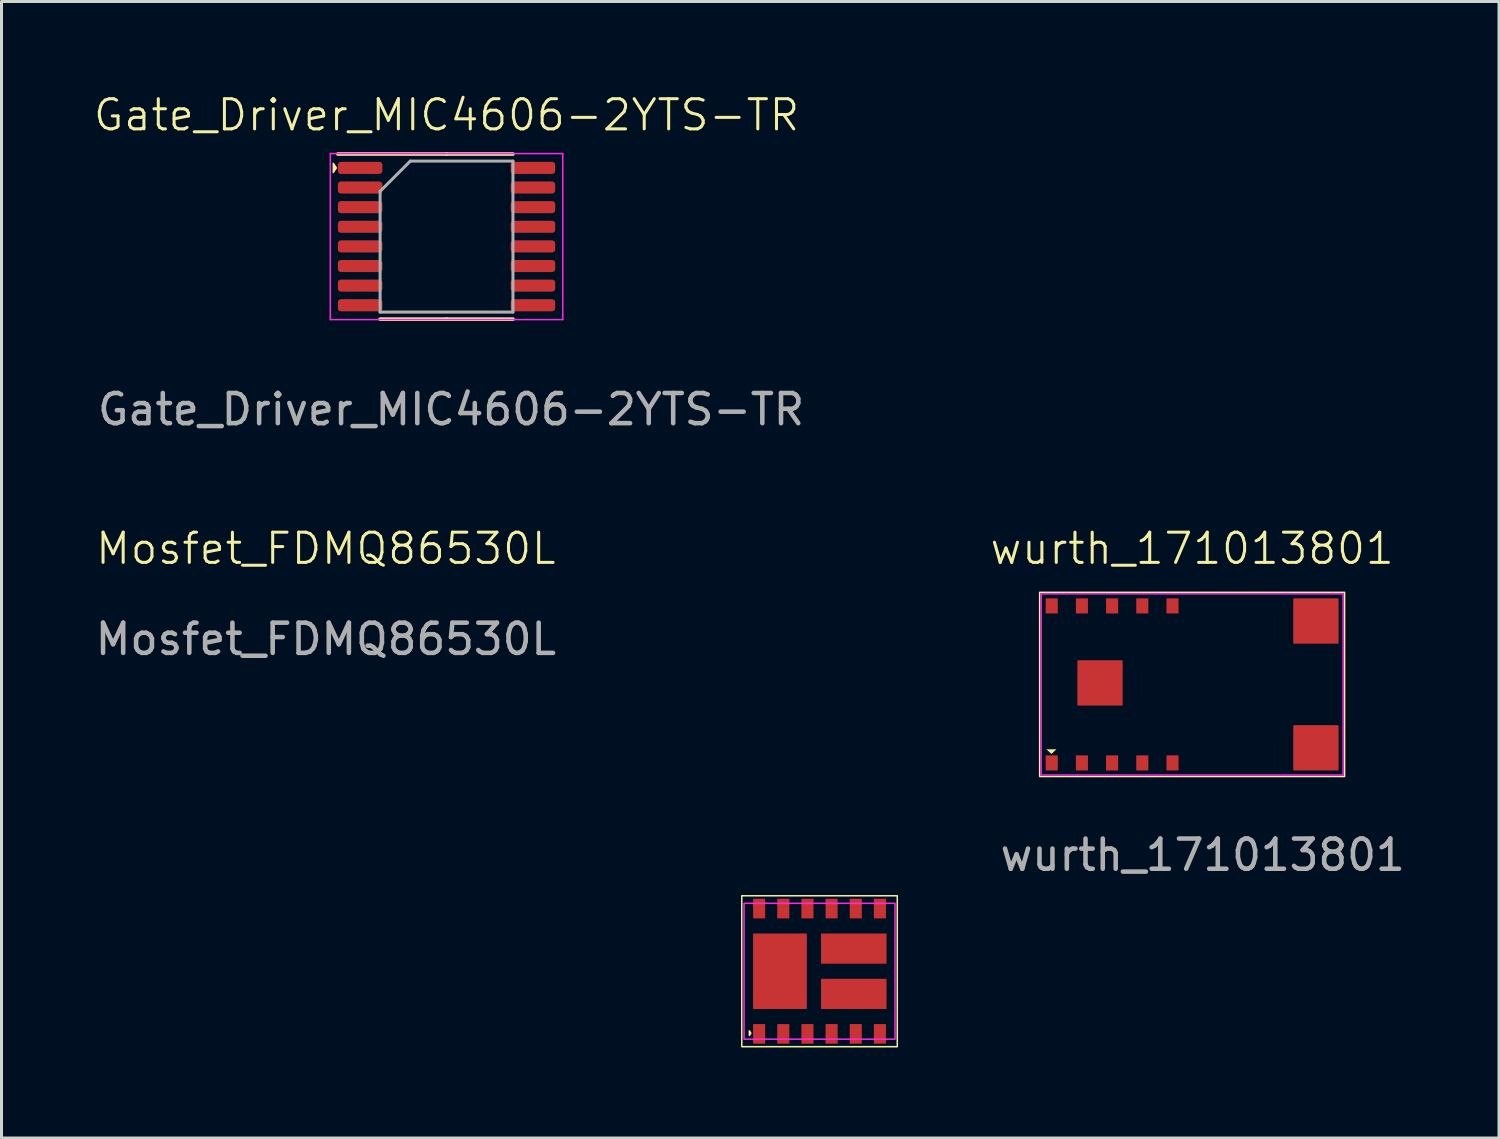
<source format=kicad_pcb>
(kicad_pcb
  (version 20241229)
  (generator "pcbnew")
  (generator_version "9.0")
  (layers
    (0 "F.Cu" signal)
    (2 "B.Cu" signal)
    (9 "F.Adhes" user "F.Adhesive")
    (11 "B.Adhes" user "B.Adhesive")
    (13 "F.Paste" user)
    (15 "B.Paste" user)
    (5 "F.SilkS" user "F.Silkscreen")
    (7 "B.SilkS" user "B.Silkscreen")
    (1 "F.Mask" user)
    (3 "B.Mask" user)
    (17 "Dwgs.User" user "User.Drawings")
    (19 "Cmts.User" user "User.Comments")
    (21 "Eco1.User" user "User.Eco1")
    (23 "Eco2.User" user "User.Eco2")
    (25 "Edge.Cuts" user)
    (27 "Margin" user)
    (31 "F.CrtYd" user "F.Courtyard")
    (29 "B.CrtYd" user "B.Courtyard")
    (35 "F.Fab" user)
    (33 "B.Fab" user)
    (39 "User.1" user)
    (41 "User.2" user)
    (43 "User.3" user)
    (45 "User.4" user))
  (footprint "Gate_Driver_MIC4606-2YTS-TR"
    (layer "F.Cu")
    (at 11.74 4.761)
    (property "Reference" "Gate_Driver_MIC4606-2YTS-TR" (at 0 -4 0) (unlocked yes) (layer "F.SilkS") (effects (font (size 1 1) (thickness 0.1))))
    (attr smd)
    (fp_line (start 0 -2.71) (end -3.6 -2.71) (stroke (width 0.12) (type solid)) (layer "F.SilkS"))
    (fp_line (start 0 -2.71) (end 2.2 -2.71) (stroke (width 0.12) (type solid)) (layer "F.SilkS"))
    (fp_line (start 0 2.76) (end -2.2 2.76) (stroke (width 0.12) (type solid)) (layer "F.SilkS"))
    (fp_line (start 0 2.76) (end 2.2 2.76) (stroke (width 0.12) (type solid)) (layer "F.SilkS"))
    (fp_poly (pts (xy -3.75 -2.4) (xy -3.75 -2.1) (xy -3.65 -2.25)) (stroke (width 0.05) (type solid)) (fill yes) (layer "F.SilkS"))
    (fp_line (start -3.85 -2.725) (end -3.85 2.775) (stroke (width 0.05) (type solid)) (layer "F.CrtYd"))
    (fp_line (start -3.85 2.775) (end 3.85 2.775) (stroke (width 0.05) (type solid)) (layer "F.CrtYd"))
    (fp_line (start 3.85 -2.725) (end -3.85 -2.725) (stroke (width 0.05) (type solid)) (layer "F.CrtYd"))
    (fp_line (start 3.85 2.775) (end 3.85 -2.725) (stroke (width 0.05) (type solid)) (layer "F.CrtYd"))
    (fp_line (start -2.2 -1.475) (end -1.2 -2.475) (stroke (width 0.1) (type solid)) (layer "F.Fab"))
    (fp_line (start -2.2 2.525) (end -2.2 -1.475) (stroke (width 0.1) (type solid)) (layer "F.Fab"))
    (fp_line (start -1.2 -2.475) (end 2.2 -2.475) (stroke (width 0.1) (type solid)) (layer "F.Fab"))
    (fp_line (start 2.2 -2.475) (end 2.2 2.525) (stroke (width 0.1) (type solid)) (layer "F.Fab"))
    (fp_line (start 2.2 2.525) (end -2.2 2.525) (stroke (width 0.1) (type solid)) (layer "F.Fab"))
    (fp_text user "${REFERENCE}" (at 0.15 5.75 0) (unlocked yes) (layer "F.Fab") (effects (font (size 1 1) (thickness 0.15))))
    (pad "1" smd roundrect (at -2.862 -2.25) (size 1.475 0.4) (layers "F.Cu" "F.Mask" "F.Paste") (roundrect_rratio 0.25))
    (pad "2" smd roundrect (at -2.862 -1.6) (size 1.475 0.4) (layers "F.Cu" "F.Mask" "F.Paste") (roundrect_rratio 0.25))
    (pad "3" smd roundrect (at -2.862 -0.95) (size 1.475 0.4) (layers "F.Cu" "F.Mask" "F.Paste") (roundrect_rratio 0.25))
    (pad "4" smd roundrect (at -2.862 -0.3) (size 1.475 0.4) (layers "F.Cu" "F.Mask" "F.Paste") (roundrect_rratio 0.25))
    (pad "5" smd roundrect (at -2.862 0.35) (size 1.475 0.4) (layers "F.Cu" "F.Mask" "F.Paste") (roundrect_rratio 0.25))
    (pad "6" smd roundrect (at -2.862 1) (size 1.475 0.4) (layers "F.Cu" "F.Mask" "F.Paste") (roundrect_rratio 0.25))
    (pad "7" smd roundrect (at -2.862 1.65) (size 1.475 0.4) (layers "F.Cu" "F.Mask" "F.Paste") (roundrect_rratio 0.25))
    (pad "8" smd roundrect (at -2.862 2.3) (size 1.475 0.4) (layers "F.Cu" "F.Mask" "F.Paste") (roundrect_rratio 0.25))
    (pad "9" smd roundrect (at 2.862 2.3) (size 1.475 0.4) (layers "F.Cu" "F.Mask" "F.Paste") (roundrect_rratio 0.25))
    (pad "10" smd roundrect (at 2.862 1.65) (size 1.475 0.4) (layers "F.Cu" "F.Mask" "F.Paste") (roundrect_rratio 0.25))
    (pad "11" smd roundrect (at 2.862 1) (size 1.475 0.4) (layers "F.Cu" "F.Mask" "F.Paste") (roundrect_rratio 0.25))
    (pad "12" smd roundrect (at 2.862 0.35) (size 1.475 0.4) (layers "F.Cu" "F.Mask" "F.Paste") (roundrect_rratio 0.25))
    (pad "13" smd roundrect (at 2.862 -0.3) (size 1.475 0.4) (layers "F.Cu" "F.Mask" "F.Paste") (roundrect_rratio 0.25))
    (pad "14" smd roundrect (at 2.862 -0.95) (size 1.475 0.4) (layers "F.Cu" "F.Mask" "F.Paste") (roundrect_rratio 0.25))
    (pad "15" smd roundrect (at 2.862 -1.6) (size 1.475 0.4) (layers "F.Cu" "F.Mask" "F.Paste") (roundrect_rratio 0.25))
    (pad "16" smd roundrect (at 2.862 -2.25) (size 1.475 0.4) (layers "F.Cu" "F.Mask" "F.Paste") (roundrect_rratio 0.25)))
  (footprint "wurth_171013801"
    (layer "F.Cu")
    (at 36.435 19.619)
    (property "Reference" "wurth_171013801" (at 0 -4.5 0) (unlocked yes) (layer "F.SilkS") (effects (font (size 1 1) (thickness 0.1))))
    (attr smd)
    (fp_rect (start -5.05 -3.05) (end 5.05 3.05) (stroke (width 0.05) (type default)) (fill no) (layer "F.SilkS"))
    (fp_poly (pts (xy -4.66 2.3) (xy -4.5 2.15) (xy -4.82 2.15)) (stroke (width 0.005) (type solid)) (fill yes) (layer "F.SilkS"))
    (fp_rect (start -5 -3) (end 5 3) (stroke (width 0.05) (type default)) (fill no) (layer "F.CrtYd"))
    (fp_text user "${REFERENCE}" (at 0.35 5.65 0) (unlocked yes) (layer "F.Fab") (effects (font (size 1 1) (thickness 0.15))))
    (pad "1" smd rect (at -4.65 2.6) (size 0.4 0.5) (layers "F.Cu" "F.Mask" "F.Paste"))
    (pad "2" smd rect (at -3.65 2.6) (size 0.4 0.5) (layers "F.Cu" "F.Mask" "F.Paste"))
    (pad "3" smd rect (at -2.65 2.6) (size 0.4 0.5) (layers "F.Cu" "F.Mask" "F.Paste"))
    (pad "4" smd rect (at -1.65 2.6) (size 0.4 0.5) (layers "F.Cu" "F.Mask" "F.Paste"))
    (pad "5" smd rect (at -0.65 2.6) (size 0.4 0.5) (layers "F.Cu" "F.Mask" "F.Paste"))
    (pad "6" smd rect (at 4.1 2.1) (size 1.5 1.5) (layers "F.Cu" "F.Mask" "F.Paste"))
    (pad "7" smd rect (at 4.1 -2.1) (size 1.5 1.5) (layers "F.Cu" "F.Mask" "F.Paste"))
    (pad "8" smd rect (at -0.65 -2.6) (size 0.4 0.5) (layers "F.Cu" "F.Mask" "F.Paste"))
    (pad "9" smd rect (at -1.65 -2.6) (size 0.4 0.5) (layers "F.Cu" "F.Mask" "F.Paste"))
    (pad "10" smd rect (at -2.65 -2.6) (size 0.4 0.5) (layers "F.Cu" "F.Mask" "F.Paste"))
    (pad "11" smd rect (at -3.65 -2.6) (size 0.4 0.5) (layers "F.Cu" "F.Mask" "F.Paste"))
    (pad "12" smd rect (at -4.65 -2.6) (size 0.4 0.5) (layers "F.Cu" "F.Mask" "F.Paste"))
    (pad "13" smd rect (at -3.05 -0.05) (size 1.5 1.5) (layers "F.Cu" "F.Mask" "F.Paste")))
  (footprint "Mosfet_FDMQ86530L"
    (layer "F.Cu")
    (at 24.094 29.119)
    (property "Reference" "Mosfet_FDMQ86530L" (at -16.35 -14 0) (unlocked yes) (layer "F.SilkS") (effects (font (size 1 1) (thickness 0.1))))
    (attr smd)
    (fp_rect (start -2.575 -2.5) (end 2.575 2.5) (stroke (width 0.05) (type default)) (fill no) (layer "F.SilkS"))
    (fp_poly (pts (xy -2.325 1.975) (xy -2.325 2.125) (xy -2.275 2.05)) (stroke (width 0.05) (type solid)) (fill yes) (layer "F.SilkS"))
    (fp_rect (start -2.5 -2.25) (end 2.5 2.25) (stroke (width 0.05) (type default)) (fill no) (layer "F.CrtYd"))
    (fp_text user "${REFERENCE}" (at -16.35 -11 0) (unlocked yes) (layer "F.Fab") (effects (font (size 1 1) (thickness 0.15))))
    (pad "1" smd rect (at -2 2.075) (size 0.4 0.65) (layers "F.Cu" "F.Mask" "F.Paste"))
    (pad "2" smd rect (at -1.2 2.075) (size 0.4 0.65) (layers "F.Cu" "F.Mask" "F.Paste"))
    (pad "3" smd rect (at -0.4 2.075) (size 0.4 0.65) (layers "F.Cu" "F.Mask" "F.Paste"))
    (pad "4" smd rect (at 0.4 2.075) (size 0.4 0.65) (layers "F.Cu" "F.Mask" "F.Paste"))
    (pad "5" smd rect (at 1.2 2.075) (size 0.4 0.65) (layers "F.Cu" "F.Mask" "F.Paste"))
    (pad "6" smd rect (at 2 2.075) (size 0.4 0.65) (layers "F.Cu" "F.Mask" "F.Paste"))
    (pad "7" smd rect (at 2 -2.075) (size 0.4 0.65) (layers "F.Cu" "F.Mask" "F.Paste"))
    (pad "8" smd rect (at 1.2 -2.075) (size 0.4 0.65) (layers "F.Cu" "F.Mask" "F.Paste"))
    (pad "9" smd rect (at 0.4 -2.075) (size 0.4 0.65) (layers "F.Cu" "F.Mask" "F.Paste"))
    (pad "10" smd rect (at -0.4 -2.075) (size 0.4 0.65) (layers "F.Cu" "F.Mask" "F.Paste"))
    (pad "11" smd rect (at -1.2 -2.075) (size 0.4 0.65) (layers "F.Cu" "F.Mask" "F.Paste"))
    (pad "12" smd rect (at -2 -2.075) (size 0.4 0.65) (layers "F.Cu" "F.Mask" "F.Paste"))
    (pad "13" smd rect (at -1.31 0) (size 1.78 2.5) (layers "F.Cu" "F.Mask" "F.Paste"))
    (pad "14" smd rect (at 1.135 0.75) (size 2.17 1) (layers "F.Cu" "F.Mask" "F.Paste"))
    (pad "15" smd rect (at 1.135 -0.75) (size 2.17 1) (layers "F.Cu" "F.Mask" "F.Paste")))
  (gr_rect
    (start -3 -3)
    (end 46.6 34.644)
    (stroke (width 0.1) (type default))
    (fill no)
    (layer "Edge.Cuts")))
</source>
